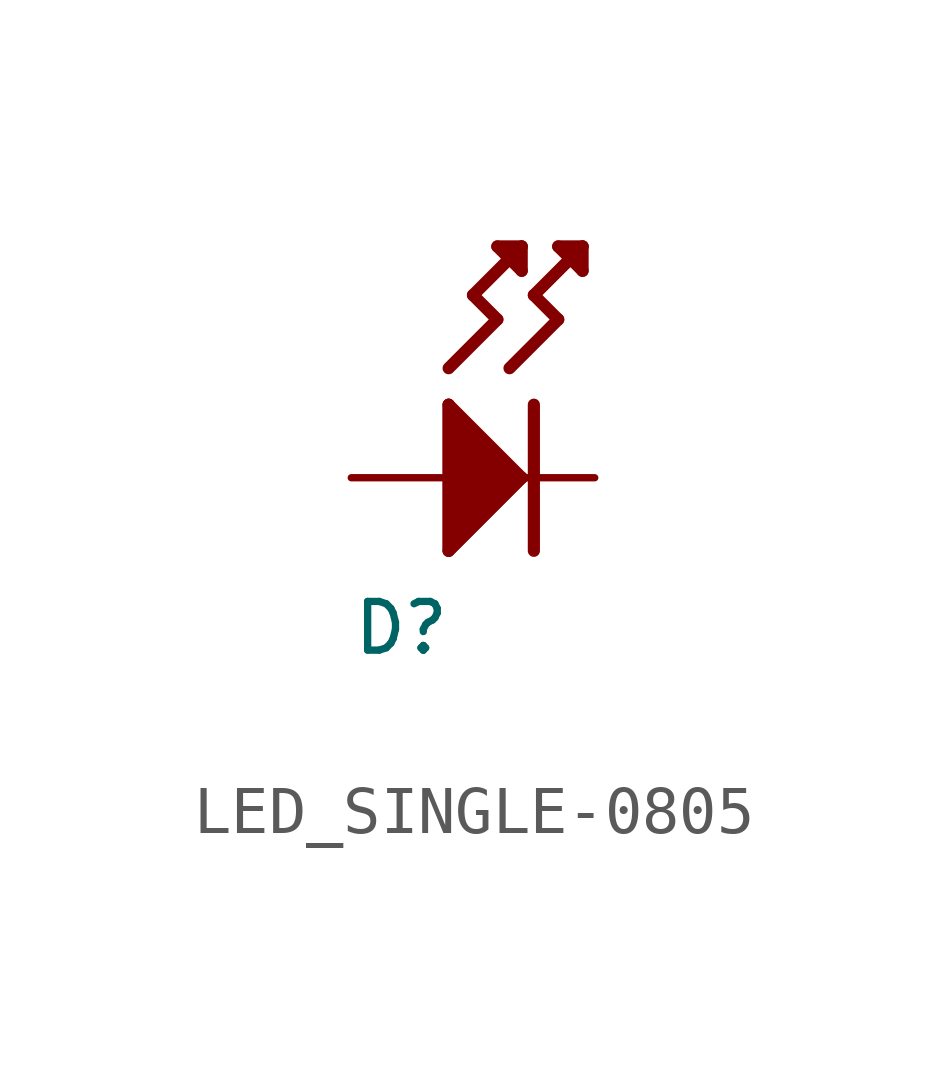
<source format=kicad_sym>
(kicad_symbol_lib
  (version 20241209)
  (generator "kicad_symbol_editor")
  (generator_version "9.0")
  (symbol "LED_SINGLE-0805"
    (property "Reference" "D"
      (at -2.54 -2.54 0)
      (effects (font (size 1.016 1.016)) (justify left top)))
    (property "Value" ""
      (at -2.54 -5.08 0)
      (effects (font (size 1.016 1.016)) (justify left bottom)))
    (property "ki_locked" ""
      (at 0 0 0)
      (effects (font (size 1.27 1.27))))
    (symbol "LED_SINGLE-0805_1_0"
      (polyline (pts (xy -0.508 2.286) (xy 0.508 3.302)) (stroke (width 0.254) (type solid)) (fill (type none)))
      (polyline (pts (xy -0.508 1.524) (xy 1.016 0)) (stroke (width 0.254) (type solid)) (fill (type none)))
      (polyline (pts (xy -0.508 1.524) (xy -0.508 -1.524) (xy 1.016 0)) (stroke (width 0.254) (type solid)) (fill (type outline)))
      (polyline (pts (xy -0.508 -1.524) (xy -0.508 1.524)) (stroke (width 0.254) (type solid)) (fill (type none)))
      (polyline (pts (xy 0 3.81) (xy 1.016 4.826)) (stroke (width 0.254) (type solid)) (fill (type none)))
      (polyline (pts (xy 0.508 4.826) (xy 1.016 4.318)) (stroke (width 0.254) (type solid)) (fill (type none)))
      (polyline (pts (xy 0.508 3.302) (xy 0 3.81)) (stroke (width 0.254) (type solid)) (fill (type none)))
      (polyline (pts (xy 0.762 2.286) (xy 1.778 3.302)) (stroke (width 0.254) (type solid)) (fill (type none)))
      (polyline (pts (xy 1.016 4.826) (xy 0.508 4.826)) (stroke (width 0.254) (type solid)) (fill (type none)))
      (polyline (pts (xy 1.016 4.318) (xy 1.016 4.826)) (stroke (width 0.254) (type solid)) (fill (type none)))
      (polyline (pts (xy 1.016 0) (xy -0.508 -1.524)) (stroke (width 0.254) (type solid)) (fill (type none)))
      (polyline (pts (xy 1.27 3.81) (xy 2.286 4.826)) (stroke (width 0.254) (type solid)) (fill (type none)))
      (polyline (pts (xy 1.27 1.524) (xy 1.27 -1.524)) (stroke (width 0.254) (type solid)) (fill (type none)))
      (polyline (pts (xy 1.778 4.826) (xy 2.286 4.318)) (stroke (width 0.254) (type solid)) (fill (type none)))
      (polyline (pts (xy 1.778 3.302) (xy 1.27 3.81)) (stroke (width 0.254) (type solid)) (fill (type none)))
      (polyline (pts (xy 2.286 4.826) (xy 1.778 4.826)) (stroke (width 0.254) (type solid)) (fill (type none)))
      (polyline (pts (xy 2.286 4.318) (xy 2.286 4.826)) (stroke (width 0.254) (type solid)) (fill (type none)))
      (pin power_in line (at -2.54 0 0) (length 2.54) (name "ANODE" (effects (font (size 0 0)))) (number "ANODE" (effects (font (size 0 0)))))
      (pin power_in line (at 2.54 0 180) (length 2.54) (name "CATHODE" (effects (font (size 0 0)))) (number "CATHODE" (effects (font (size 0 0))))))))
</source>
